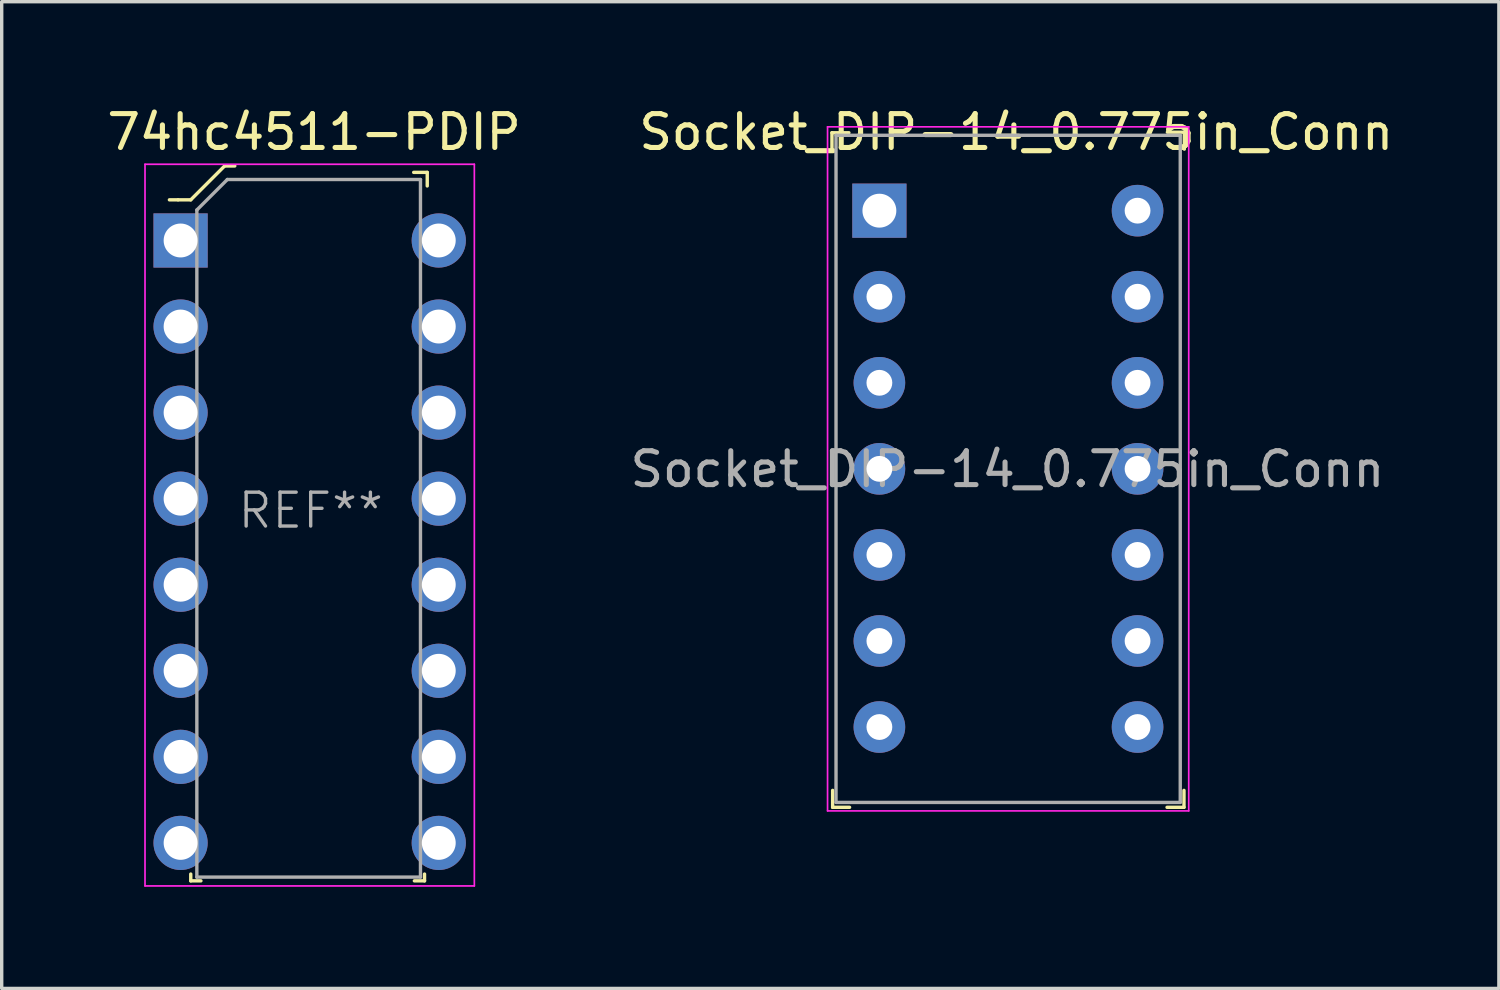
<source format=kicad_pcb>
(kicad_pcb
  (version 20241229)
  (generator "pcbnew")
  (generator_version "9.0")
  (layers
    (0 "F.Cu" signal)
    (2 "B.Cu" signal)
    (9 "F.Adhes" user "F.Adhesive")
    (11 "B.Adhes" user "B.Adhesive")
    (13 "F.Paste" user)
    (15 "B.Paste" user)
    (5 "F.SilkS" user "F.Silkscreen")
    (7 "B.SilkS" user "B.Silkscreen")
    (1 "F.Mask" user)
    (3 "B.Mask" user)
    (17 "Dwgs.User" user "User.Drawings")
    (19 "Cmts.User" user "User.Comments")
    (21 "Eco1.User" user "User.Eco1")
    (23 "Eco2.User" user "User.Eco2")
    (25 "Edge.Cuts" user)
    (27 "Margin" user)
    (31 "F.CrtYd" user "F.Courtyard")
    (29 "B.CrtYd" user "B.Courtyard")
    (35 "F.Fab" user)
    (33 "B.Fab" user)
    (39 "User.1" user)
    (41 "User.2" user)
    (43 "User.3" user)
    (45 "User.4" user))
  (footprint "74hc4511-PDIP"
    (layer "F.Cu")
    (at 2.28 4.048)
    (property "Reference" "74hc4511-PDIP" (at 3.94 -3.2 0) (layer "F.SilkS") (effects (font (size 1 1) (thickness 0.15))))
    (attr through_hole)
    (fp_line (start -0.08 -1.2) (end -0.33 -1.2) (stroke (width 0.1) (type solid)) (layer "F.SilkS"))
    (fp_line (start 0.3 -1.2) (end -0.07 -1.2) (stroke (width 0.1) (type solid)) (layer "F.SilkS"))
    (fp_line (start 0.3 18.7) (end 0.3 18.9) (stroke (width 0.1) (type solid)) (layer "F.SilkS"))
    (fp_line (start 0.3 18.9) (end 0.6 18.9) (stroke (width 0.1) (type solid)) (layer "F.SilkS"))
    (fp_line (start 1.3 -2.2) (end 0.3 -1.2) (stroke (width 0.1) (type solid)) (layer "F.SilkS"))
    (fp_line (start 1.6 -2.2) (end 1.3 -2.2) (stroke (width 0.1) (type solid)) (layer "F.SilkS"))
    (fp_line (start 6.9 18.9) (end 7.2 18.9) (stroke (width 0.1) (type solid)) (layer "F.SilkS"))
    (fp_line (start 7.2 18.9) (end 7.2 18.7) (stroke (width 0.1) (type solid)) (layer "F.SilkS"))
    (fp_line (start 7.28 -2.01) (end 6.88 -2.01) (stroke (width 0.1) (type solid)) (layer "F.SilkS"))
    (fp_line (start 7.28 -1.61) (end 7.28 -2.01) (stroke (width 0.1) (type solid)) (layer "F.SilkS"))
    (fp_line (start -1.05 -2.25) (end -1.05 19.05) (stroke (width 0.05) (type solid)) (layer "F.CrtYd"))
    (fp_line (start -1.05 -2.25) (end 8.67 -2.25) (stroke (width 0.05) (type solid)) (layer "F.CrtYd"))
    (fp_line (start -1.05 19.05) (end 8.67 19.05) (stroke (width 0.05) (type solid)) (layer "F.CrtYd"))
    (fp_line (start 8.67 19.05) (end 8.67 -2.25) (stroke (width 0.05) (type solid)) (layer "F.CrtYd"))
    (fp_line (start 0.48 -0.9) (end 0.48 18.79) (stroke (width 0.1) (type solid)) (layer "F.Fab"))
    (fp_line (start 0.48 -0.9) (end 1.38 -1.8) (stroke (width 0.1) (type solid)) (layer "F.Fab"))
    (fp_line (start 0.48 18.79) (end 7.08 18.79) (stroke (width 0.1) (type solid)) (layer "F.Fab"))
    (fp_line (start 1.38 -1.8) (end 7.08 -1.8) (stroke (width 0.1) (type solid)) (layer "F.Fab"))
    (fp_line (start 7.08 -1.8) (end 7.08 18.79) (stroke (width 0.1) (type solid)) (layer "F.Fab"))
    (fp_text user "REF**" (at 3.84 7.97 0) (layer "F.Fab") (effects (font (size 1 1) (thickness 0.1))))
    (pad "1" thru_hole rect (at 0 0) (size 1.6 1.6) (drill 1) (layers "*.Cu" "*.Mask"))
    (pad "2" thru_hole circle (at 0 2.54) (size 1.6 1.6) (drill 1) (layers "*.Cu" "*.Mask"))
    (pad "3" thru_hole circle (at 0 5.08) (size 1.6 1.6) (drill 1) (layers "*.Cu" "*.Mask"))
    (pad "4" thru_hole circle (at 0 7.62) (size 1.6 1.6) (drill 1) (layers "*.Cu" "*.Mask"))
    (pad "5" thru_hole circle (at 0 10.16) (size 1.6 1.6) (drill 1) (layers "*.Cu" "*.Mask"))
    (pad "6" thru_hole circle (at 0 12.7) (size 1.6 1.6) (drill 1) (layers "*.Cu" "*.Mask"))
    (pad "7" thru_hole circle (at 0 15.24) (size 1.6 1.6) (drill 1) (layers "*.Cu" "*.Mask"))
    (pad "8" thru_hole circle (at 0 17.78) (size 1.6 1.6) (drill 1) (layers "*.Cu" "*.Mask"))
    (pad "9" thru_hole circle (at 7.62 17.78) (size 1.6 1.6) (drill 1) (layers "*.Cu" "*.Mask"))
    (pad "10" thru_hole circle (at 7.62 15.24) (size 1.6 1.6) (drill 1) (layers "*.Cu" "*.Mask"))
    (pad "11" thru_hole circle (at 7.62 12.7) (size 1.6 1.6) (drill 1) (layers "*.Cu" "*.Mask"))
    (pad "12" thru_hole circle (at 7.62 10.16) (size 1.6 1.6) (drill 1) (layers "*.Cu" "*.Mask"))
    (pad "13" thru_hole circle (at 7.62 7.62) (size 1.6 1.6) (drill 1) (layers "*.Cu" "*.Mask"))
    (pad "14" thru_hole circle (at 7.62 5.08) (size 1.6 1.6) (drill 1) (layers "*.Cu" "*.Mask"))
    (pad "15" thru_hole circle (at 7.62 2.54) (size 1.6 1.6) (drill 1) (layers "*.Cu" "*.Mask"))
    (pad "16" thru_hole circle (at 7.62 0) (size 1.6 1.6) (drill 1) (layers "*.Cu" "*.Mask")))
  (footprint "Socket_DIP-14_0.775in_Conn"
    (layer "F.Cu")
    (at 22.905 3.168)
    (property "Reference" "Socket_DIP-14_0.775in_Conn" (at 4.04 -2.32 0) (layer "F.SilkS") (effects (font (size 1 1) (thickness 0.15))))
    (attr through_hole)
    (fp_line (start -1.4 -2.3) (end -1.4 -1.8) (stroke (width 0.1) (type solid)) (layer "F.SilkS"))
    (fp_line (start -1.4 -2.3) (end -0.9 -2.3) (stroke (width 0.1) (type solid)) (layer "F.SilkS"))
    (fp_line (start -1.38 17.61) (end -1.38 17.11) (stroke (width 0.1) (type solid)) (layer "F.SilkS"))
    (fp_line (start -1.38 17.61) (end -0.88 17.61) (stroke (width 0.1) (type solid)) (layer "F.SilkS"))
    (fp_line (start 8.99 17.61) (end 8.49 17.61) (stroke (width 0.1) (type solid)) (layer "F.SilkS"))
    (fp_line (start 8.99 17.61) (end 8.99 17.11) (stroke (width 0.1) (type solid)) (layer "F.SilkS"))
    (fp_line (start 9 -2.316) (end 8.5 -2.316) (stroke (width 0.1) (type solid)) (layer "F.SilkS"))
    (fp_line (start 9 -2.316) (end 9 -1.816) (stroke (width 0.1) (type solid)) (layer "F.SilkS"))
    (fp_line (start -1.53 -2.475) (end -1.53 17.715) (stroke (width 0.05) (type solid)) (layer "F.CrtYd"))
    (fp_line (start 9.13 -2.475) (end -1.53 -2.475) (stroke (width 0.05) (type solid)) (layer "F.CrtYd"))
    (fp_line (start 9.13 -2.475) (end 9.13 17.715) (stroke (width 0.05) (type solid)) (layer "F.CrtYd"))
    (fp_line (start 9.13 17.715) (end -1.53 17.715) (stroke (width 0.05) (type solid)) (layer "F.CrtYd"))
    (fp_line (start -1.28 -2.225) (end -1.28 17.465) (stroke (width 0.1) (type solid)) (layer "F.Fab"))
    (fp_line (start -1.28 -2.225) (end 8.88 -2.225) (stroke (width 0.1) (type solid)) (layer "F.Fab"))
    (fp_line (start -1.28 17.465) (end 8.88 17.465) (stroke (width 0.1) (type solid)) (layer "F.Fab"))
    (fp_line (start 8.88 -2.225) (end 8.88 17.465) (stroke (width 0.1) (type solid)) (layer "F.Fab"))
    (fp_text user "${REFERENCE}" (at 3.78 7.63 0) (layer "F.Fab") (effects (font (size 1 1) (thickness 0.15))))
    (pad "1" thru_hole rect (at 0 0) (size 1.6 1.6) (drill 1) (layers "*.Cu" "*.Mask"))
    (pad "2" thru_hole circle (at 0 2.54) (size 1.524 1.524) (drill 0.762) (layers "*.Cu" "*.Mask"))
    (pad "3" thru_hole circle (at 0 5.08) (size 1.524 1.524) (drill 0.762) (layers "*.Cu" "*.Mask"))
    (pad "4" thru_hole circle (at 0 7.62) (size 1.524 1.524) (drill 0.762) (layers "*.Cu" "*.Mask"))
    (pad "5" thru_hole circle (at 0 10.16) (size 1.524 1.524) (drill 0.762) (layers "*.Cu" "*.Mask"))
    (pad "6" thru_hole circle (at 0 12.7) (size 1.524 1.524) (drill 0.762) (layers "*.Cu" "*.Mask"))
    (pad "7" thru_hole circle (at 0 15.24) (size 1.524 1.524) (drill 0.762) (layers "*.Cu" "*.Mask"))
    (pad "8" thru_hole circle (at 7.62 15.24) (size 1.524 1.524) (drill 0.762) (layers "*.Cu" "*.Mask"))
    (pad "9" thru_hole circle (at 7.62 12.7) (size 1.524 1.524) (drill 0.762) (layers "*.Cu" "*.Mask"))
    (pad "10" thru_hole circle (at 7.62 10.16) (size 1.524 1.524) (drill 0.762) (layers "*.Cu" "*.Mask"))
    (pad "11" thru_hole circle (at 7.62 7.62) (size 1.524 1.524) (drill 0.762) (layers "*.Cu" "*.Mask"))
    (pad "12" thru_hole circle (at 7.62 5.08) (size 1.524 1.524) (drill 0.762) (layers "*.Cu" "*.Mask"))
    (pad "13" thru_hole circle (at 7.62 2.54) (size 1.524 1.524) (drill 0.762) (layers "*.Cu" "*.Mask"))
    (pad "14" thru_hole circle (at 7.62 0) (size 1.524 1.524) (drill 0.762) (layers "*.Cu" "*.Mask")))
  (gr_rect
    (start -3 -3)
    (end 41.189 26.123)
    (stroke (width 0.1) (type default))
    (fill no)
    (layer "Edge.Cuts")))
</source>
